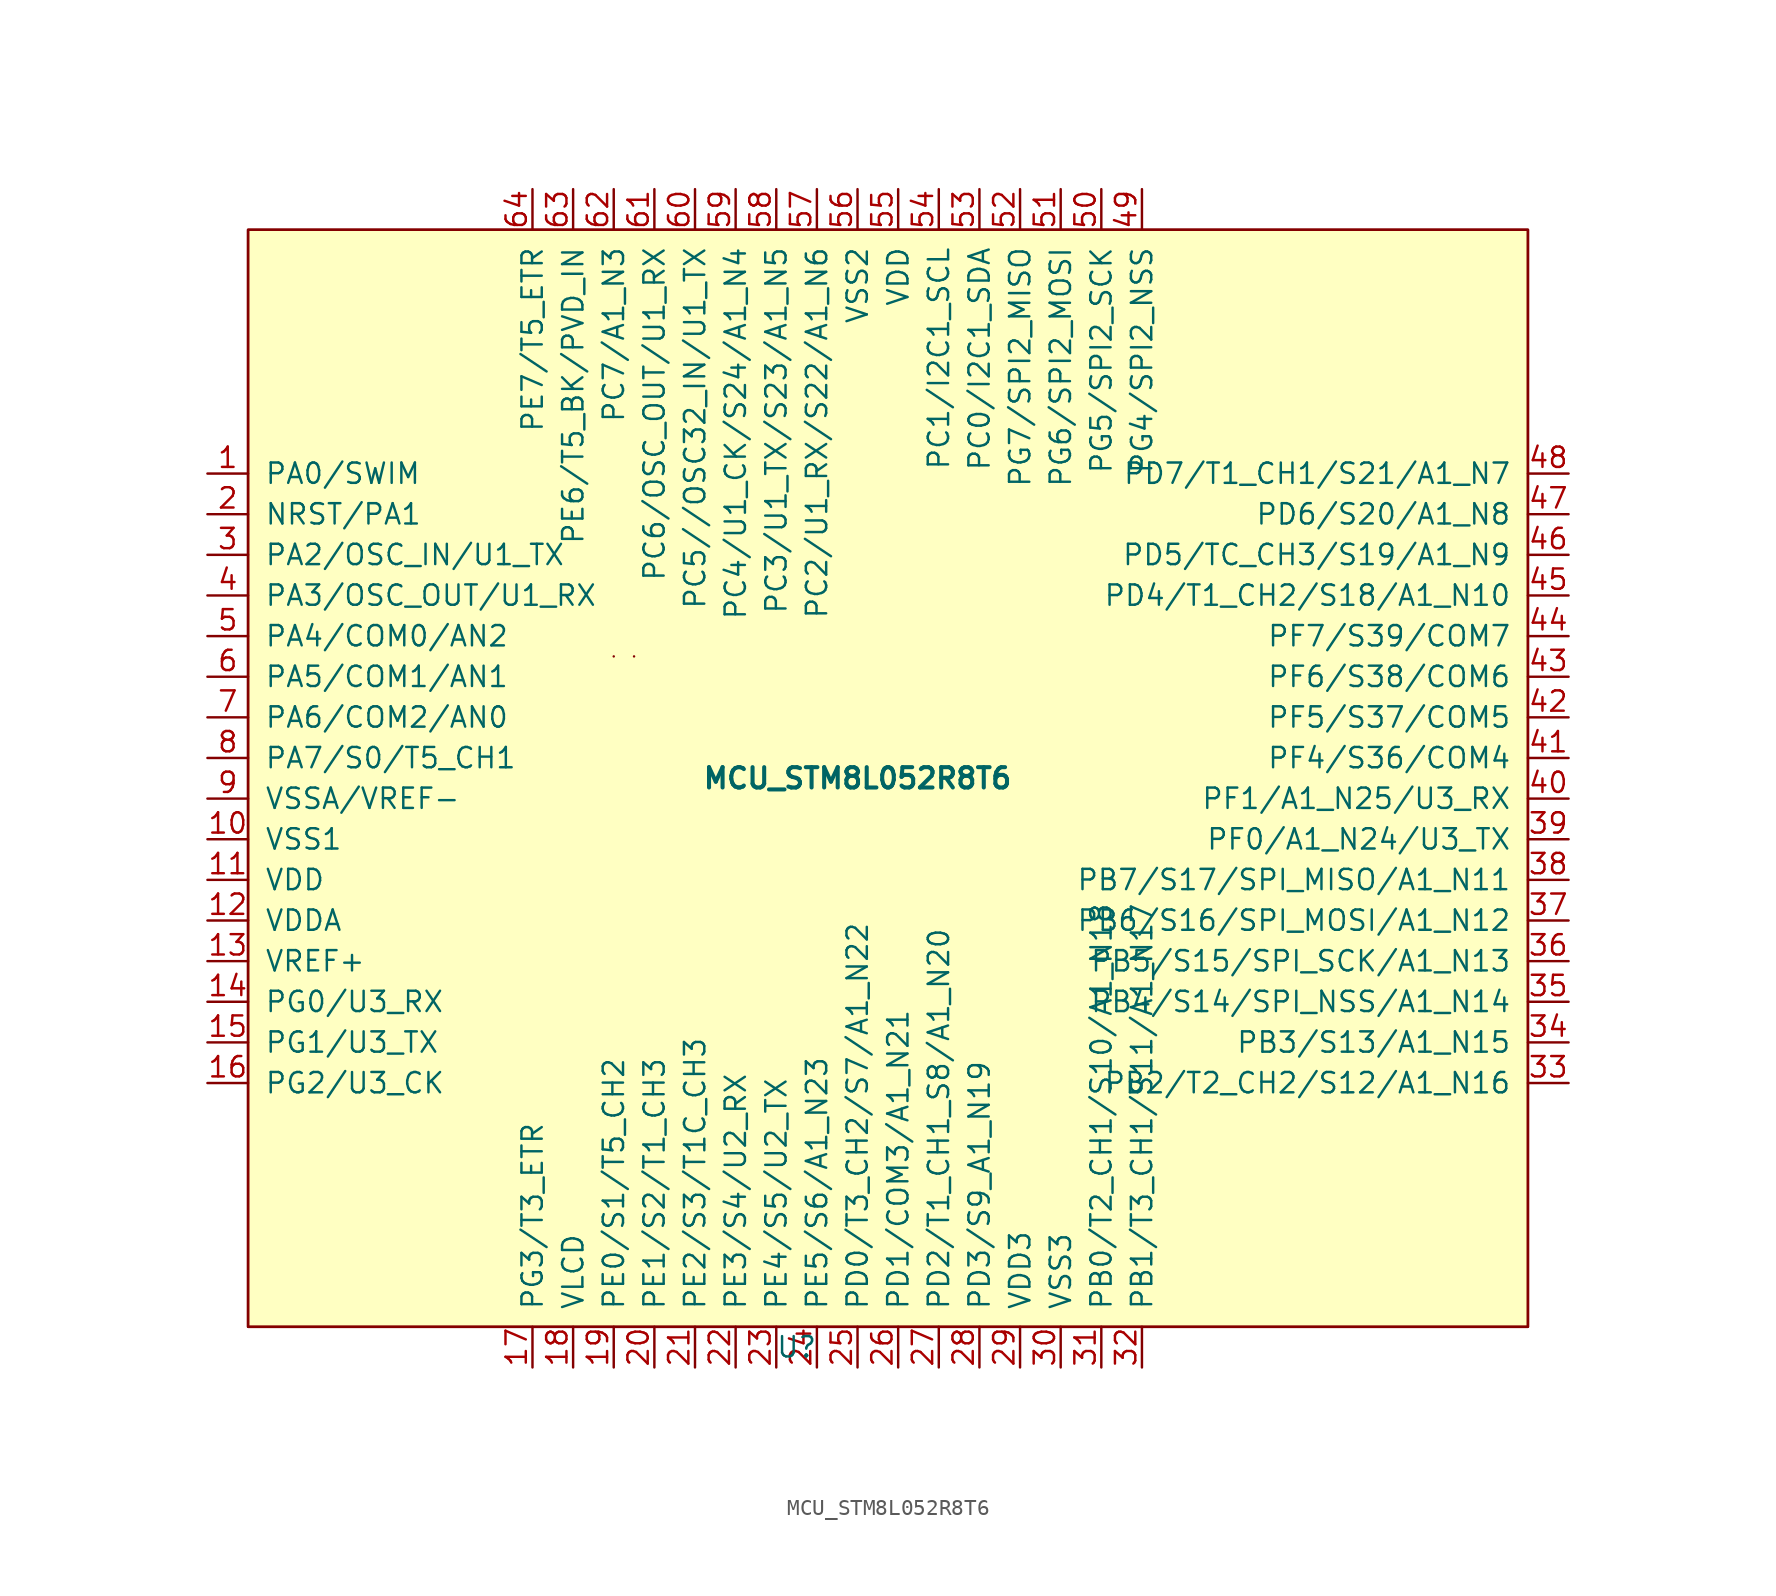
<source format=kicad_sym>
(kicad_symbol_lib
  (version 20211014)
  (generator kicad_symbol_editor)
  (symbol "MCU_STM8L052R8T6"
    (pin_names
      (offset 1.016))
    (property "Reference" "U"
      (at -3.81 -34.29 0)
      (effects (font (size 1.27 1.27))))
    (property "Value" "MCU_STM8L052R8T6"
      (at 0 1.27 0)
      (effects (font (size 1.27 1.27) bold)))
    (symbol "MCU_STM8L052R8T6_0_1"
      (rectangle (start -38.1 35.56) (end 41.91 -33.02) (stroke (width 0) (type default) (color 0 0 0 0)) (fill (type none)))
      (rectangle (start -15.24 8.89) (end -15.24 8.89) (stroke (width 0) (type default) (color 0 0 0 0)) (fill (type background)))
      (rectangle (start -13.97 8.89) (end -13.97 8.89) (stroke (width 0) (type default) (color 0 0 0 0)) (fill (type none)))
      (rectangle (start 41.91 -33.02) (end -38.1 35.56) (stroke (width 0) (type default) (color 0 0 0 0)) (fill (type background))))
    (symbol "MCU_STM8L052R8T6_1_1"
      (pin bidirectional line (at -40.64 20.32 0) (length 2.54) (name "PA0/SWIM" (effects (font (size 1.27 1.27)))) (number "1" (effects (font (size 1.27 1.27)))))
      (pin power_in line (at -40.64 -2.54 0) (length 2.54) (name "VSS1" (effects (font (size 1.27 1.27)))) (number "10" (effects (font (size 1.27 1.27)))))
      (pin power_in line (at -40.64 -5.08 0) (length 2.54) (name "VDD" (effects (font (size 1.27 1.27)))) (number "11" (effects (font (size 1.27 1.27)))))
      (pin power_in line (at -40.64 -7.62 0) (length 2.54) (name "VDDA" (effects (font (size 1.27 1.27)))) (number "12" (effects (font (size 1.27 1.27)))))
      (pin power_in line (at -40.64 -10.16 0) (length 2.54) (name "VREF+" (effects (font (size 1.27 1.27)))) (number "13" (effects (font (size 1.27 1.27)))))
      (pin bidirectional line (at -40.64 -12.7 0) (length 2.54) (name "PG0/U3_RX" (effects (font (size 1.27 1.27)))) (number "14" (effects (font (size 1.27 1.27)))))
      (pin bidirectional line (at -40.64 -15.24 0) (length 2.54) (name "PG1/U3_TX" (effects (font (size 1.27 1.27)))) (number "15" (effects (font (size 1.27 1.27)))))
      (pin bidirectional line (at -40.64 -17.78 0) (length 2.54) (name "PG2/U3_CK" (effects (font (size 1.27 1.27)))) (number "16" (effects (font (size 1.27 1.27)))))
      (pin bidirectional line (at -20.32 -35.56 90) (length 2.54) (name "PG3/T3_ETR" (effects (font (size 1.27 1.27)))) (number "17" (effects (font (size 1.27 1.27)))))
      (pin power_in line (at -17.78 -35.56 90) (length 2.54) (name "VLCD" (effects (font (size 1.27 1.27)))) (number "18" (effects (font (size 1.27 1.27)))))
      (pin bidirectional line (at -15.24 -35.56 90) (length 2.54) (name "PE0/S1/T5_CH2" (effects (font (size 1.27 1.27)))) (number "19" (effects (font (size 1.27 1.27)))))
      (pin bidirectional line (at -40.64 17.78 0) (length 2.54) (name "NRST/PA1" (effects (font (size 1.27 1.27)))) (number "2" (effects (font (size 1.27 1.27)))))
      (pin bidirectional line (at -12.7 -35.56 90) (length 2.54) (name "PE1/S2/T1_CH3" (effects (font (size 1.27 1.27)))) (number "20" (effects (font (size 1.27 1.27)))))
      (pin bidirectional line (at -10.16 -35.56 90) (length 2.54) (name "PE2/S3/T1C_CH3" (effects (font (size 1.27 1.27)))) (number "21" (effects (font (size 1.27 1.27)))))
      (pin bidirectional line (at -7.62 -35.56 90) (length 2.54) (name "PE3/S4/U2_RX" (effects (font (size 1.27 1.27)))) (number "22" (effects (font (size 1.27 1.27)))))
      (pin bidirectional line (at -5.08 -35.56 90) (length 2.54) (name "PE4/S5/U2_TX" (effects (font (size 1.27 1.27)))) (number "23" (effects (font (size 1.27 1.27)))))
      (pin bidirectional line (at -2.54 -35.56 90) (length 2.54) (name "PE5/S6/A1_N23" (effects (font (size 1.27 1.27)))) (number "24" (effects (font (size 1.27 1.27)))))
      (pin bidirectional line (at 0 -35.56 90) (length 2.54) (name "PD0/T3_CH2/S7/A1_N22" (effects (font (size 1.27 1.27)))) (number "25" (effects (font (size 1.27 1.27)))))
      (pin bidirectional line (at 2.54 -35.56 90) (length 2.54) (name "PD1/COM3/A1_N21" (effects (font (size 1.27 1.27)))) (number "26" (effects (font (size 1.27 1.27)))))
      (pin bidirectional line (at 5.08 -35.56 90) (length 2.54) (name "PD2/T1_CH1_S8/A1_N20" (effects (font (size 1.27 1.27)))) (number "27" (effects (font (size 1.27 1.27)))))
      (pin bidirectional line (at 7.62 -35.56 90) (length 2.54) (name "PD3/S9_A1_N19" (effects (font (size 1.27 1.27)))) (number "28" (effects (font (size 1.27 1.27)))))
      (pin power_in line (at 10.16 -35.56 90) (length 2.54) (name "VDD3" (effects (font (size 1.27 1.27)))) (number "29" (effects (font (size 1.27 1.27)))))
      (pin bidirectional line (at -40.64 15.24 0) (length 2.54) (name "PA2/OSC_IN/U1_TX" (effects (font (size 1.27 1.27)))) (number "3" (effects (font (size 1.27 1.27)))))
      (pin power_in line (at 12.7 -35.56 90) (length 2.54) (name "VSS3" (effects (font (size 1.27 1.27)))) (number "30" (effects (font (size 1.27 1.27)))))
      (pin bidirectional line (at 15.24 -35.56 90) (length 2.54) (name "PB0/T2_CH1/S10/A1_N18" (effects (font (size 1.27 1.27)))) (number "31" (effects (font (size 1.27 1.27)))))
      (pin bidirectional line (at 17.78 -35.56 90) (length 2.54) (name "PB1/T3_CH1/S11/A1_N17" (effects (font (size 1.27 1.27)))) (number "32" (effects (font (size 1.27 1.27)))))
      (pin bidirectional line (at 44.45 -17.78 180) (length 2.54) (name "PB2/T2_CH2/S12/A1_N16" (effects (font (size 1.27 1.27)))) (number "33" (effects (font (size 1.27 1.27)))))
      (pin bidirectional line (at 44.45 -15.24 180) (length 2.54) (name "PB3/S13/A1_N15" (effects (font (size 1.27 1.27)))) (number "34" (effects (font (size 1.27 1.27)))))
      (pin bidirectional line (at 44.45 -12.7 180) (length 2.54) (name "PB4/S14/SPI_NSS/A1_N14" (effects (font (size 1.27 1.27)))) (number "35" (effects (font (size 1.27 1.27)))))
      (pin bidirectional line (at 44.45 -10.16 180) (length 2.54) (name "PB5/S15/SPI_SCK/A1_N13" (effects (font (size 1.27 1.27)))) (number "36" (effects (font (size 1.27 1.27)))))
      (pin bidirectional line (at 44.45 -7.62 180) (length 2.54) (name "PB6/S16/SPI_MOSI/A1_N12" (effects (font (size 1.27 1.27)))) (number "37" (effects (font (size 1.27 1.27)))))
      (pin bidirectional line (at 44.45 -5.08 180) (length 2.54) (name "PB7/S17/SPI_MISO/A1_N11" (effects (font (size 1.27 1.27)))) (number "38" (effects (font (size 1.27 1.27)))))
      (pin bidirectional line (at 44.45 -2.54 180) (length 2.54) (name "PF0/A1_N24/U3_TX" (effects (font (size 1.27 1.27)))) (number "39" (effects (font (size 1.27 1.27)))))
      (pin bidirectional line (at -40.64 12.7 0) (length 2.54) (name "PA3/OSC_OUT/U1_RX" (effects (font (size 1.27 1.27)))) (number "4" (effects (font (size 1.27 1.27)))))
      (pin bidirectional line (at 44.45 0 180) (length 2.54) (name "PF1/A1_N25/U3_RX" (effects (font (size 1.27 1.27)))) (number "40" (effects (font (size 1.27 1.27)))))
      (pin bidirectional line (at 44.45 2.54 180) (length 2.54) (name "PF4/S36/COM4" (effects (font (size 1.27 1.27)))) (number "41" (effects (font (size 1.27 1.27)))))
      (pin bidirectional line (at 44.45 5.08 180) (length 2.54) (name "PF5/S37/COM5" (effects (font (size 1.27 1.27)))) (number "42" (effects (font (size 1.27 1.27)))))
      (pin bidirectional line (at 44.45 7.62 180) (length 2.54) (name "PF6/S38/COM6" (effects (font (size 1.27 1.27)))) (number "43" (effects (font (size 1.27 1.27)))))
      (pin bidirectional line (at 44.45 10.16 180) (length 2.54) (name "PF7/S39/COM7" (effects (font (size 1.27 1.27)))) (number "44" (effects (font (size 1.27 1.27)))))
      (pin bidirectional line (at 44.45 12.7 180) (length 2.54) (name "PD4/T1_CH2/S18/A1_N10" (effects (font (size 1.27 1.27)))) (number "45" (effects (font (size 1.27 1.27)))))
      (pin bidirectional line (at 44.45 15.24 180) (length 2.54) (name "PD5/TC_CH3/S19/A1_N9" (effects (font (size 1.27 1.27)))) (number "46" (effects (font (size 1.27 1.27)))))
      (pin bidirectional line (at 44.45 17.78 180) (length 2.54) (name "PD6/S20/A1_N8" (effects (font (size 1.27 1.27)))) (number "47" (effects (font (size 1.27 1.27)))))
      (pin bidirectional line (at 44.45 20.32 180) (length 2.54) (name "PD7/T1_CH1/S21/A1_N7" (effects (font (size 1.27 1.27)))) (number "48" (effects (font (size 1.27 1.27)))))
      (pin bidirectional line (at 17.78 38.1 270) (length 2.54) (name "PG4/SPI2_NSS" (effects (font (size 1.27 1.27)))) (number "49" (effects (font (size 1.27 1.27)))))
      (pin bidirectional line (at -40.64 10.16 0) (length 2.54) (name "PA4/COM0/AN2" (effects (font (size 1.27 1.27)))) (number "5" (effects (font (size 1.27 1.27)))))
      (pin bidirectional line (at 15.24 38.1 270) (length 2.54) (name "PG5/SPI2_SCK" (effects (font (size 1.27 1.27)))) (number "50" (effects (font (size 1.27 1.27)))))
      (pin bidirectional line (at 12.7 38.1 270) (length 2.54) (name "PG6/SPI2_MOSI" (effects (font (size 1.27 1.27)))) (number "51" (effects (font (size 1.27 1.27)))))
      (pin bidirectional line (at 10.16 38.1 270) (length 2.54) (name "PG7/SPI2_MISO" (effects (font (size 1.27 1.27)))) (number "52" (effects (font (size 1.27 1.27)))))
      (pin bidirectional line (at 7.62 38.1 270) (length 2.54) (name "PC0/I2C1_SDA" (effects (font (size 1.27 1.27)))) (number "53" (effects (font (size 1.27 1.27)))))
      (pin bidirectional line (at 5.08 38.1 270) (length 2.54) (name "PC1/I2C1_SCL" (effects (font (size 1.27 1.27)))) (number "54" (effects (font (size 1.27 1.27)))))
      (pin power_in line (at 2.54 38.1 270) (length 2.54) (name "VDD" (effects (font (size 1.27 1.27)))) (number "55" (effects (font (size 1.27 1.27)))))
      (pin power_in line (at 0 38.1 270) (length 2.54) (name "VSS2" (effects (font (size 1.27 1.27)))) (number "56" (effects (font (size 1.27 1.27)))))
      (pin bidirectional line (at -2.54 38.1 270) (length 2.54) (name "PC2/U1_RX/S22/A1_N6" (effects (font (size 1.27 1.27)))) (number "57" (effects (font (size 1.27 1.27)))))
      (pin bidirectional line (at -5.08 38.1 270) (length 2.54) (name "PC3/U1_TX/S23/A1_N5" (effects (font (size 1.27 1.27)))) (number "58" (effects (font (size 1.27 1.27)))))
      (pin bidirectional line (at -7.62 38.1 270) (length 2.54) (name "PC4/U1_CK/S24/A1_N4" (effects (font (size 1.27 1.27)))) (number "59" (effects (font (size 1.27 1.27)))))
      (pin bidirectional line (at -40.64 7.62 0) (length 2.54) (name "PA5/COM1/AN1" (effects (font (size 1.27 1.27)))) (number "6" (effects (font (size 1.27 1.27)))))
      (pin bidirectional line (at -10.16 38.1 270) (length 2.54) (name "PC5//OSC32_IN/U1_TX" (effects (font (size 1.27 1.27)))) (number "60" (effects (font (size 1.27 1.27)))))
      (pin bidirectional line (at -12.7 38.1 270) (length 2.54) (name "PC6/OSC_OUT/U1_RX" (effects (font (size 1.27 1.27)))) (number "61" (effects (font (size 1.27 1.27)))))
      (pin bidirectional line (at -15.24 38.1 270) (length 2.54) (name "PC7/A1_N3" (effects (font (size 1.27 1.27)))) (number "62" (effects (font (size 1.27 1.27)))))
      (pin bidirectional line (at -17.78 38.1 270) (length 2.54) (name "PE6/T5_BK/PVD_IN" (effects (font (size 1.27 1.27)))) (number "63" (effects (font (size 1.27 1.27)))))
      (pin bidirectional line (at -20.32 38.1 270) (length 2.54) (name "PE7/T5_ETR" (effects (font (size 1.27 1.27)))) (number "64" (effects (font (size 1.27 1.27)))))
      (pin bidirectional line (at -40.64 5.08 0) (length 2.54) (name "PA6/COM2/AN0" (effects (font (size 1.27 1.27)))) (number "7" (effects (font (size 1.27 1.27)))))
      (pin bidirectional line (at -40.64 2.54 0) (length 2.54) (name "PA7/S0/T5_CH1" (effects (font (size 1.27 1.27)))) (number "8" (effects (font (size 1.27 1.27)))))
      (pin power_in line (at -40.64 0 0) (length 2.54) (name "VSSA/VREF-" (effects (font (size 1.27 1.27)))) (number "9" (effects (font (size 1.27 1.27))))))))
</source>
